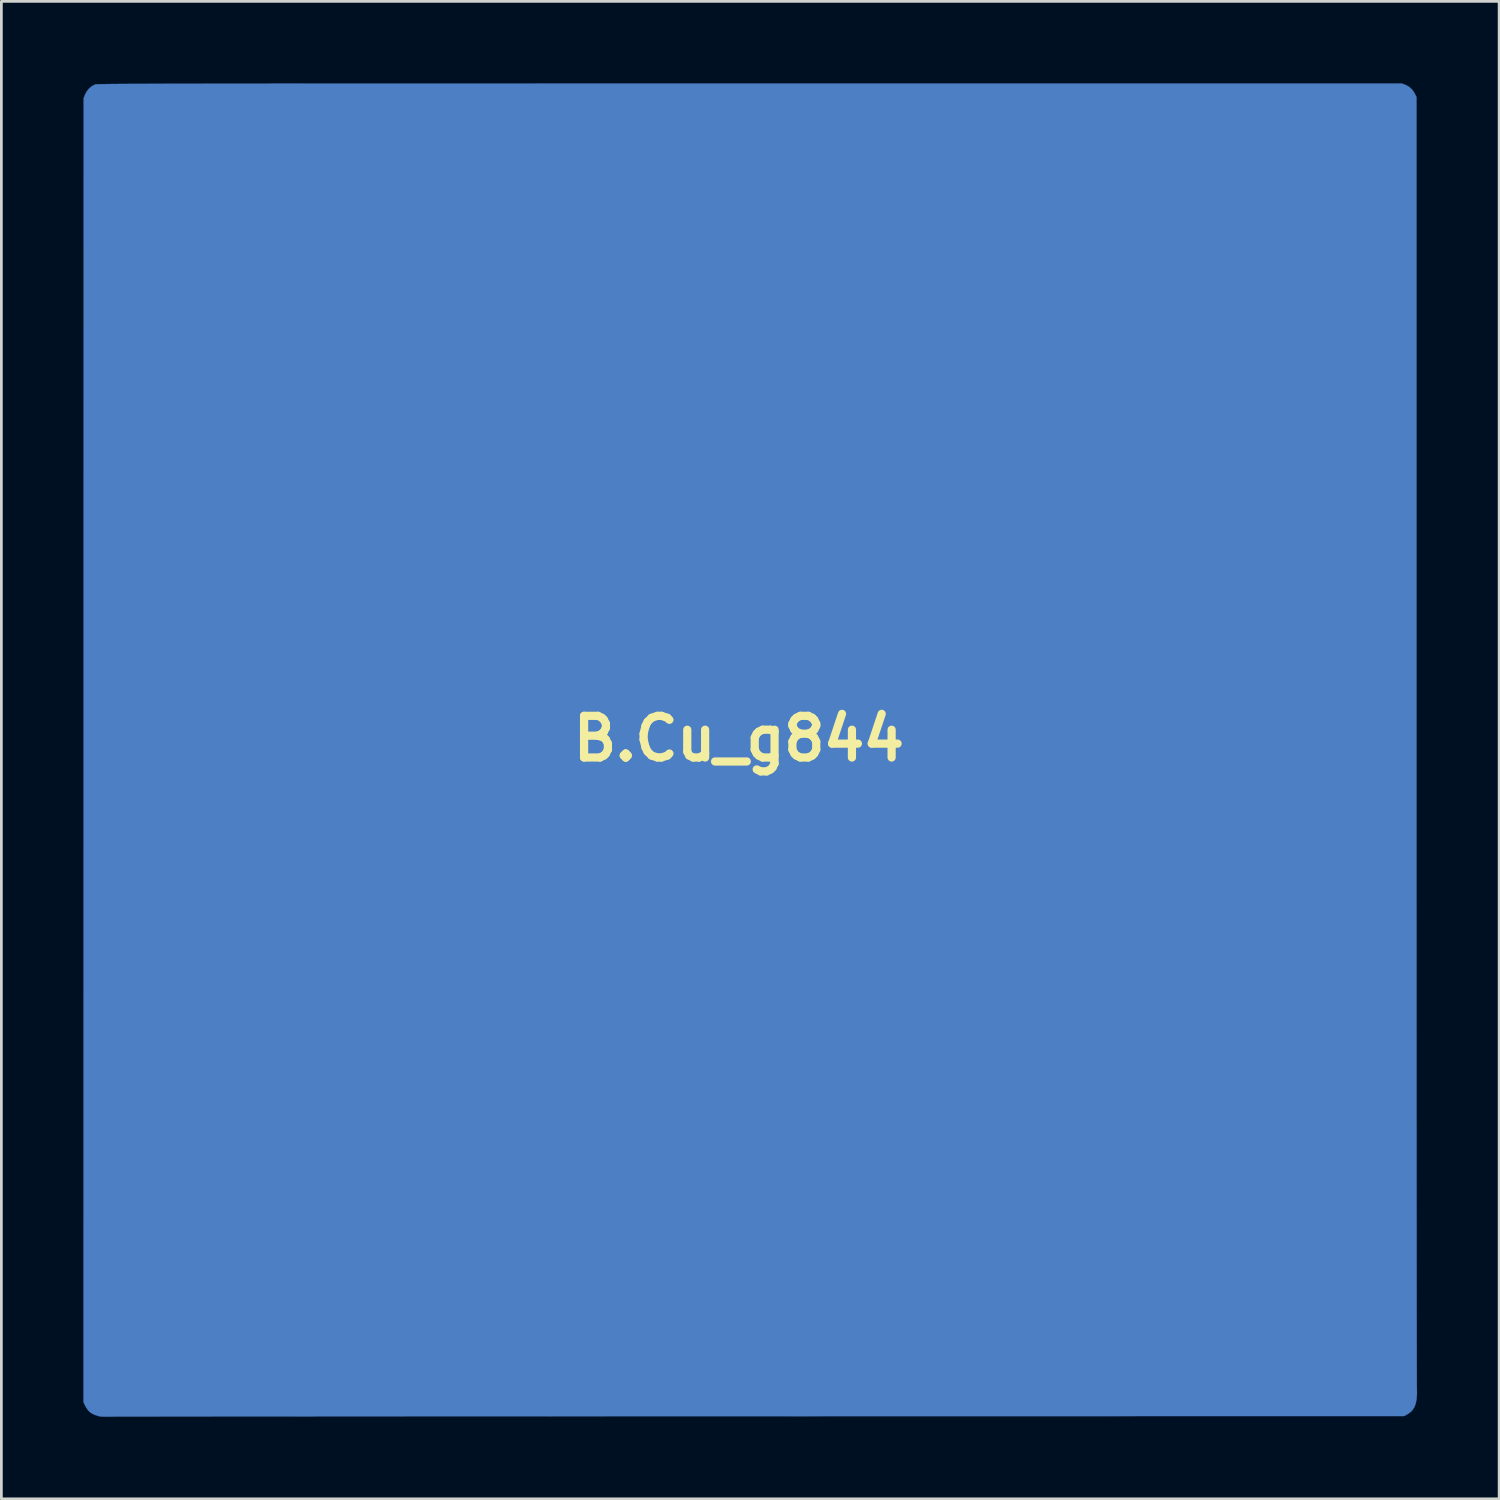
<source format=kicad_pcb>
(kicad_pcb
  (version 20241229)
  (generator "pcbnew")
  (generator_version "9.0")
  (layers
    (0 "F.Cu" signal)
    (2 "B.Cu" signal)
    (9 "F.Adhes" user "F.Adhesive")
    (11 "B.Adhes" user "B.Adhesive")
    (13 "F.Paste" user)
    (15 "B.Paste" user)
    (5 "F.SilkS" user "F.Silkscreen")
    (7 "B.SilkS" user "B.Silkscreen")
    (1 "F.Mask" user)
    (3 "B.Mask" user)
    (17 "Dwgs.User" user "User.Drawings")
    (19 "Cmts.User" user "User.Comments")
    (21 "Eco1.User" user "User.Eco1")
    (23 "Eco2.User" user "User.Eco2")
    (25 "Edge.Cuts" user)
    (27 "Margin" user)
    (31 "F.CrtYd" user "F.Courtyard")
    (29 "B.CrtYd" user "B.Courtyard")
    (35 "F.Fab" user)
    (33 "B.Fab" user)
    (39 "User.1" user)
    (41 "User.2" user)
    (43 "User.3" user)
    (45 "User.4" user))
  (footprint "B.Cu_g844"
    (layer "F.Cu")
    (at 23.974 23.967)
    (property "Reference" "B.Cu_g844" (at 0 0 0) (layer "F.SilkS") (effects (font (size 1.524 1.524) (thickness 0.3))))
    (attr through_hole)
    (fp_poly (pts (xy 24.367 -23.919) (xy 24.513 -23.843) (xy 24.632 -23.734) (xy 24.721 -23.597) (xy 24.786 -23.467) (xy 24.786 -0.019) (xy 24.786 0.978) (xy 24.786 1.966) (xy 24.786 2.942) (xy 24.786 3.908) (xy 24.786 4.861) (xy 24.786 5.801) (xy 24.787 6.727) (xy 24.787 7.638) (xy 24.787 8.533) (xy 24.787 9.411) (xy 24.787 10.272) (xy 24.788 11.114) (xy 24.788 11.937) (xy 24.788 12.74) (xy 24.788 13.522) (xy 24.789 14.282) (xy 24.789 15.02) (xy 24.789 15.733) (xy 24.79 16.423) (xy 24.79 17.086) (xy 24.791 17.724) (xy 24.791 18.335) (xy 24.791 18.917) (xy 24.792 19.471) (xy 24.792 19.996) (xy 24.793 20.489) (xy 24.793 20.951) (xy 24.794 21.381) (xy 24.794 21.778) (xy 24.795 22.141) (xy 24.795 22.469) (xy 24.796 22.761) (xy 24.796 23.017) (xy 24.797 23.235) (xy 24.798 23.415) (xy 24.798 23.556) (xy 24.799 23.656) (xy 24.799 23.716) (xy 24.8 23.732) (xy 24.803 23.963) (xy 24.789 24.159) (xy 24.756 24.323) (xy 24.704 24.459) (xy 24.63 24.57) (xy 24.534 24.659) (xy 24.439 24.719) (xy 24.331 24.776) (xy 0.921 24.781) (xy -0.076 24.781) (xy -1.064 24.781) (xy -2.041 24.782) (xy -3.007 24.782) (xy -3.96 24.782) (xy -4.901 24.783) (xy -5.828 24.783) (xy -6.739 24.783) (xy -7.636 24.784) (xy -8.515 24.784) (xy -9.377 24.784) (xy -10.221 24.785) (xy -11.046 24.785) (xy -11.851 24.785) (xy -12.635 24.786) (xy -13.397 24.786) (xy -14.136 24.787) (xy -14.852 24.787) (xy -15.543 24.788) (xy -16.209 24.788) (xy -16.85 24.789) (xy -17.463 24.789) (xy -18.048 24.789) (xy -18.604 24.79) (xy -19.131 24.79) (xy -19.627 24.791) (xy -20.092 24.791) (xy -20.525 24.792) (xy -20.924 24.792) (xy -21.29 24.793) (xy -21.62 24.793) (xy -21.915 24.794) (xy -22.174 24.794) (xy -22.394 24.795) (xy -22.577 24.795) (xy -22.72 24.795) (xy -22.823 24.796) (xy -22.886 24.796) (xy -22.902 24.797) (xy -23.067 24.8) (xy -23.195 24.8) (xy -23.292 24.796) (xy -23.365 24.789) (xy -23.42 24.779) (xy -23.421 24.778) (xy -23.577 24.726) (xy -23.699 24.661) (xy -23.795 24.576) (xy -23.872 24.465) (xy -23.9 24.413) (xy -23.969 24.274) (xy -23.964 -23.421) (xy -23.917 -23.548) (xy -23.856 -23.666) (xy -23.769 -23.776) (xy -23.665 -23.865) (xy -23.555 -23.923) (xy -23.549 -23.925) (xy -23.542 -23.927) (xy -23.53 -23.929) (xy -23.514 -23.93) (xy -23.492 -23.932) (xy -23.463 -23.934) (xy -23.427 -23.935) (xy -23.383 -23.936) (xy -23.331 -23.938) (xy -23.269 -23.939) (xy -23.198 -23.94) (xy -23.115 -23.942) (xy -23.021 -23.943) (xy -22.915 -23.944) (xy -22.795 -23.945) (xy -22.662 -23.946) (xy -22.515 -23.947) (xy -22.352 -23.948) (xy -22.174 -23.949) (xy -21.979 -23.95) (xy -21.767 -23.95) (xy -21.536 -23.951) (xy -21.287 -23.952) (xy -21.019 -23.953) (xy -20.73 -23.953) (xy -20.42 -23.954) (xy -20.089 -23.954) (xy -19.735 -23.955) (xy -19.359 -23.956) (xy -18.958 -23.956) (xy -18.533 -23.956) (xy -18.082 -23.957) (xy -17.606 -23.957) (xy -17.103 -23.958) (xy -16.572 -23.958) (xy -16.014 -23.958) (xy -15.426 -23.959) (xy -14.809 -23.959) (xy -14.161 -23.959) (xy -13.483 -23.959) (xy -12.772 -23.96) (xy -12.029 -23.96) (xy -11.253 -23.96) (xy -10.443 -23.96) (xy -9.599 -23.96) (xy -8.719 -23.96) (xy -7.802 -23.96) (xy -6.849 -23.961) (xy -5.859 -23.961) (xy -4.83 -23.961) (xy -3.762 -23.961) (xy -2.654 -23.961) (xy -1.506 -23.961) (xy -0.317 -23.961) (xy 0.403 -23.961) (xy 24.252 -23.962) (xy 24.367 -23.919)) (stroke (width 0.01) (type solid)) (fill yes) (layer "B.Cu")))
  (gr_rect
    (start -3 -3)
    (end 51.782 51.772)
    (stroke (width 0.1) (type default))
    (fill no)
    (layer "Edge.Cuts")))
</source>
